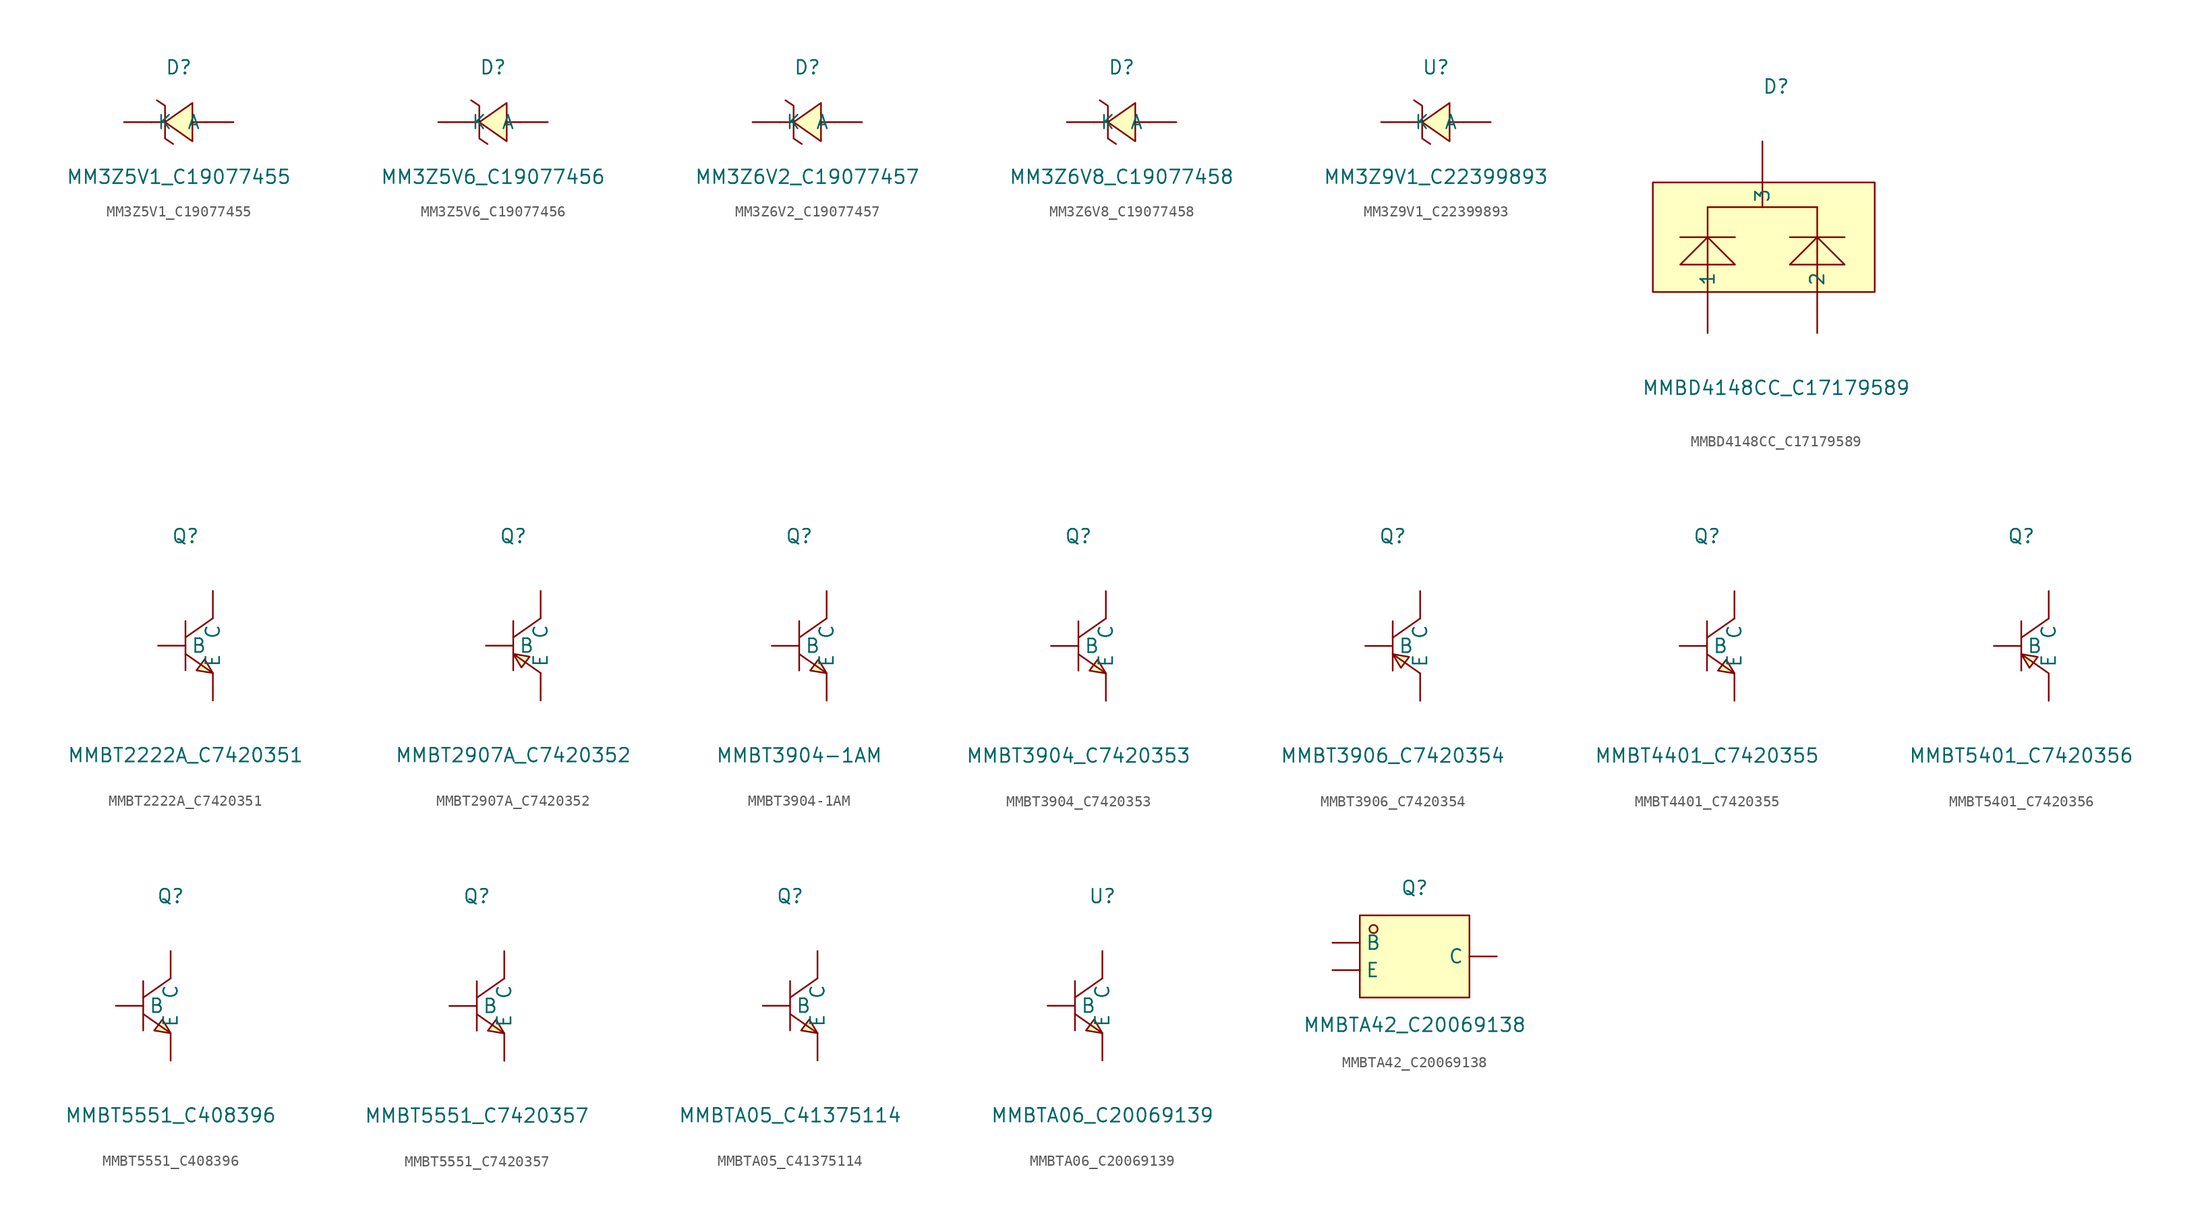
<source format=kicad_sym>
(kicad_symbol_lib
  (version 20241209)
  (generator "kicad_symbol_editor")
  (generator_version "9.0")
  (symbol "MM3Z5V1_C19077455"
    (pin_numbers
      (hide yes))
    (property "Reference" "D"
      (at 0 5.08 0)
      (effects (font (size 1.27 1.27))))
    (property "Value" "MM3Z5V1_C19077455"
      (at 0 -5.08 0)
      (effects (font (size 1.27 1.27))))
    (symbol "MM3Z5V1_C19077455_0_1"
      (polyline (pts (xy -2.03 2.03) (xy -1.27 1.52) (xy -1.27 -1.52) (xy -0.51 -2.03)) (stroke (width 0) (type default)) (fill (type none)))
      (polyline (pts (xy -1.27 0) (xy -2.54 0)) (stroke (width 0) (type default)) (fill (type none)))
      (polyline (pts (xy 1.27 1.78) (xy -1.27 0) (xy 1.27 -1.78) (xy 1.27 1.78)) (stroke (width 0) (type default)) (fill (type background)))
      (polyline (pts (xy 2.54 0) (xy 1.27 0)) (stroke (width 0) (type default)) (fill (type none)))
      (pin unspecified line (at -5.08 0 0) (length 2.54) (name "K" (effects (font (size 1.27 1.27)))) (number "1" (effects (font (size 1.27 1.27)))))
      (pin unspecified line (at 5.08 0 180) (length 2.54) (name "A" (effects (font (size 1.27 1.27)))) (number "2" (effects (font (size 1.27 1.27)))))))
  (symbol "MM3Z5V6_C19077456"
    (pin_numbers
      (hide yes))
    (property "Reference" "D"
      (at 0 5.08 0)
      (effects (font (size 1.27 1.27))))
    (property "Value" "MM3Z5V6_C19077456"
      (at 0 -5.08 0)
      (effects (font (size 1.27 1.27))))
    (symbol "MM3Z5V6_C19077456_0_1"
      (polyline (pts (xy -2.03 2.03) (xy -1.27 1.52) (xy -1.27 -1.52) (xy -0.51 -2.03)) (stroke (width 0) (type default)) (fill (type none)))
      (polyline (pts (xy -1.27 0) (xy -2.54 0)) (stroke (width 0) (type default)) (fill (type none)))
      (polyline (pts (xy 1.27 1.78) (xy -1.27 0) (xy 1.27 -1.78) (xy 1.27 1.78)) (stroke (width 0) (type default)) (fill (type background)))
      (polyline (pts (xy 2.54 0) (xy 1.27 0)) (stroke (width 0) (type default)) (fill (type none)))
      (pin unspecified line (at -5.08 0 0) (length 2.54) (name "K" (effects (font (size 1.27 1.27)))) (number "1" (effects (font (size 1.27 1.27)))))
      (pin unspecified line (at 5.08 0 180) (length 2.54) (name "A" (effects (font (size 1.27 1.27)))) (number "2" (effects (font (size 1.27 1.27)))))))
  (symbol "MM3Z6V2_C19077457"
    (pin_numbers
      (hide yes))
    (property "Reference" "D"
      (at 0 5.08 0)
      (effects (font (size 1.27 1.27))))
    (property "Value" "MM3Z6V2_C19077457"
      (at 0 -5.08 0)
      (effects (font (size 1.27 1.27))))
    (symbol "MM3Z6V2_C19077457_0_1"
      (polyline (pts (xy -2.03 2.03) (xy -1.27 1.52) (xy -1.27 -1.52) (xy -0.51 -2.03)) (stroke (width 0) (type default)) (fill (type none)))
      (polyline (pts (xy -1.27 0) (xy -2.54 0)) (stroke (width 0) (type default)) (fill (type none)))
      (polyline (pts (xy 1.27 1.78) (xy -1.27 0) (xy 1.27 -1.78) (xy 1.27 1.78)) (stroke (width 0) (type default)) (fill (type background)))
      (polyline (pts (xy 2.54 0) (xy 1.27 0)) (stroke (width 0) (type default)) (fill (type none)))
      (pin unspecified line (at -5.08 0 0) (length 2.54) (name "K" (effects (font (size 1.27 1.27)))) (number "1" (effects (font (size 1.27 1.27)))))
      (pin unspecified line (at 5.08 0 180) (length 2.54) (name "A" (effects (font (size 1.27 1.27)))) (number "2" (effects (font (size 1.27 1.27)))))))
  (symbol "MM3Z6V8_C19077458"
    (pin_numbers
      (hide yes))
    (property "Reference" "D"
      (at 0 5.08 0)
      (effects (font (size 1.27 1.27))))
    (property "Value" "MM3Z6V8_C19077458"
      (at 0 -5.08 0)
      (effects (font (size 1.27 1.27))))
    (symbol "MM3Z6V8_C19077458_0_1"
      (polyline (pts (xy -2.03 2.03) (xy -1.27 1.52) (xy -1.27 -1.52) (xy -0.51 -2.03)) (stroke (width 0) (type default)) (fill (type none)))
      (polyline (pts (xy -1.27 0) (xy -2.54 0)) (stroke (width 0) (type default)) (fill (type none)))
      (polyline (pts (xy 1.27 1.78) (xy -1.27 0) (xy 1.27 -1.78) (xy 1.27 1.78)) (stroke (width 0) (type default)) (fill (type background)))
      (polyline (pts (xy 2.54 0) (xy 1.27 0)) (stroke (width 0) (type default)) (fill (type none)))
      (pin unspecified line (at -5.08 0 0) (length 2.54) (name "K" (effects (font (size 1.27 1.27)))) (number "1" (effects (font (size 1.27 1.27)))))
      (pin unspecified line (at 5.08 0 180) (length 2.54) (name "A" (effects (font (size 1.27 1.27)))) (number "2" (effects (font (size 1.27 1.27)))))))
  (symbol "MM3Z9V1_C22399893"
    (pin_numbers
      (hide yes))
    (property "Reference" "U"
      (at 0 5.08 0)
      (effects (font (size 1.27 1.27))))
    (property "Value" "MM3Z9V1_C22399893"
      (at 0 -5.08 0)
      (effects (font (size 1.27 1.27))))
    (symbol "MM3Z9V1_C22399893_0_1"
      (polyline (pts (xy -2.03 2.03) (xy -1.27 1.52) (xy -1.27 -1.52) (xy -0.51 -2.03)) (stroke (width 0) (type default)) (fill (type none)))
      (polyline (pts (xy -1.27 0) (xy -2.54 0)) (stroke (width 0) (type default)) (fill (type none)))
      (polyline (pts (xy 1.27 1.78) (xy -1.27 0) (xy 1.27 -1.78) (xy 1.27 1.78)) (stroke (width 0) (type default)) (fill (type background)))
      (polyline (pts (xy 2.54 0) (xy 1.27 0)) (stroke (width 0) (type default)) (fill (type none)))
      (pin unspecified line (at -5.08 0 0) (length 2.54) (name "K" (effects (font (size 1.27 1.27)))) (number "1" (effects (font (size 1.27 1.27)))))
      (pin unspecified line (at 5.08 0 180) (length 2.54) (name "A" (effects (font (size 1.27 1.27)))) (number "2" (effects (font (size 1.27 1.27)))))))
  (symbol "MMBD4148CC_C17179589"
    (pin_numbers
      (hide yes))
    (property "Reference" "D"
      (at 0 15.24 0)
      (effects (font (size 1.27 1.27))))
    (property "Value" "MMBD4148CC_C17179589"
      (at 0 -12.7 0)
      (effects (font (size 1.27 1.27))))
    (symbol "MMBD4148CC_C17179589_0_1"
      (rectangle (start -11.43 6.35) (end 9.14 -3.81) (stroke (width 0) (type default)) (fill (type background)))
      (polyline (pts (xy -8.89 1.27) (xy -3.81 1.27)) (stroke (width 0) (type default)) (fill (type none)))
      (polyline (pts (xy -6.35 4.06) (xy -6.35 -3.81)) (stroke (width 0) (type default)) (fill (type none)))
      (polyline (pts (xy -6.35 4.06) (xy 3.81 4.06)) (stroke (width 0) (type default)) (fill (type none)))
      (polyline (pts (xy -3.81 -1.27) (xy -6.35 1.27) (xy -8.89 -1.27) (xy -3.81 -1.27)) (stroke (width 0) (type default)) (fill (type background)))
      (polyline (pts (xy -1.27 6.35) (xy -1.27 4.06)) (stroke (width 0) (type default)) (fill (type none)))
      (polyline (pts (xy 1.27 1.27) (xy 6.35 1.27)) (stroke (width 0) (type default)) (fill (type none)))
      (polyline (pts (xy 3.81 4.06) (xy 3.81 -3.81)) (stroke (width 0) (type default)) (fill (type none)))
      (polyline (pts (xy 6.35 -1.27) (xy 3.81 1.27) (xy 1.27 -1.27) (xy 6.35 -1.27)) (stroke (width 0) (type default)) (fill (type background)))
      (pin input line (at -6.35 -7.62 90) (length 3.81) (name "1" (effects (font (size 1.27 1.27)))) (number "1" (effects (font (size 1.27 1.27)))))
      (pin input line (at -1.27 10.16 270) (length 3.81) (name "3" (effects (font (size 1.27 1.27)))) (number "3" (effects (font (size 1.27 1.27)))))
      (pin input line (at 3.81 -7.62 90) (length 3.81) (name "2" (effects (font (size 1.27 1.27)))) (number "2" (effects (font (size 1.27 1.27)))))))
  (symbol "MMBT2222A_C7420351"
    (pin_numbers
      (hide yes))
    (property "Reference" "Q"
      (at 0 10.16 0)
      (effects (font (size 1.27 1.27))))
    (property "Value" "MMBT2222A_C7420351"
      (at 0 -10.16 0)
      (effects (font (size 1.27 1.27))))
    (symbol "MMBT2222A_C7420351_0_1"
      (polyline (pts (xy 0 2.29) (xy 0 -2.29)) (stroke (width 0) (type default)) (fill (type none)))
      (polyline (pts (xy 0 -0.76) (xy 2.54 -2.54)) (stroke (width 0) (type default)) (fill (type none)))
      (polyline (pts (xy 2.54 2.54) (xy 0 0.76)) (stroke (width 0) (type default)) (fill (type none)))
      (polyline (pts (xy 2.54 -2.54) (xy 1.78 -1.27) (xy 1.02 -2.29) (xy 2.54 -2.54)) (stroke (width 0) (type default)) (fill (type background)))
      (pin unspecified line (at -2.54 0 0) (length 2.54) (name "B" (effects (font (size 1.27 1.27)))) (number "1" (effects (font (size 1.27 1.27)))))
      (pin unspecified line (at 2.54 5.08 270) (length 2.54) (name "C" (effects (font (size 1.27 1.27)))) (number "3" (effects (font (size 1.27 1.27)))))
      (pin unspecified line (at 2.54 -5.08 90) (length 2.54) (name "E" (effects (font (size 1.27 1.27)))) (number "2" (effects (font (size 1.27 1.27)))))))
  (symbol "MMBT2907A_C7420352"
    (pin_numbers
      (hide yes))
    (property "Reference" "Q"
      (at 0 10.16 0)
      (effects (font (size 1.27 1.27))))
    (property "Value" "MMBT2907A_C7420352"
      (at 0 -10.16 0)
      (effects (font (size 1.27 1.27))))
    (symbol "MMBT2907A_C7420352_0_1"
      (polyline (pts (xy 0 2.29) (xy 0 -2.29)) (stroke (width 0) (type default)) (fill (type none)))
      (polyline (pts (xy 0 -0.76) (xy 2.54 -2.54)) (stroke (width 0) (type default)) (fill (type none)))
      (polyline (pts (xy 0 -0.76) (xy 0.76 -2.03) (xy 1.52 -1.02) (xy 0 -0.76)) (stroke (width 0) (type default)) (fill (type background)))
      (polyline (pts (xy 2.54 2.54) (xy 0 0.76)) (stroke (width 0) (type default)) (fill (type none)))
      (pin input line (at -2.54 0 0) (length 2.54) (name "B" (effects (font (size 1.27 1.27)))) (number "1" (effects (font (size 1.27 1.27)))))
      (pin input line (at 2.54 5.08 270) (length 2.54) (name "C" (effects (font (size 1.27 1.27)))) (number "3" (effects (font (size 1.27 1.27)))))
      (pin input line (at 2.54 -5.08 90) (length 2.54) (name "E" (effects (font (size 1.27 1.27)))) (number "2" (effects (font (size 1.27 1.27)))))))
  (symbol "MMBT3904-1AM"
    (pin_numbers
      (hide yes))
    (property "Reference" "Q"
      (at 0 10.16 0)
      (effects (font (size 1.27 1.27))))
    (property "Value" "MMBT3904-1AM"
      (at 0 -10.16 0)
      (effects (font (size 1.27 1.27))))
    (symbol "MMBT3904-1AM_0_1"
      (polyline (pts (xy 0 2.29) (xy 0 -2.29)) (stroke (width 0) (type default)) (fill (type none)))
      (polyline (pts (xy 0 -0.76) (xy 2.54 -2.54)) (stroke (width 0) (type default)) (fill (type none)))
      (polyline (pts (xy 2.54 2.54) (xy 0 0.76)) (stroke (width 0) (type default)) (fill (type none)))
      (polyline (pts (xy 2.54 -2.54) (xy 1.02 -2.29) (xy 1.78 -1.27) (xy 2.54 -2.54)) (stroke (width 0) (type default)) (fill (type background)))
      (pin unspecified line (at -2.54 0 0) (length 2.54) (name "B" (effects (font (size 1.27 1.27)))) (number "1" (effects (font (size 1.27 1.27)))))
      (pin unspecified line (at 2.54 5.08 270) (length 2.54) (name "C" (effects (font (size 1.27 1.27)))) (number "3" (effects (font (size 1.27 1.27)))))
      (pin unspecified line (at 2.54 -5.08 90) (length 2.54) (name "E" (effects (font (size 1.27 1.27)))) (number "2" (effects (font (size 1.27 1.27)))))))
  (symbol "MMBT3904_C7420353"
    (pin_numbers
      (hide yes))
    (property "Reference" "Q"
      (at 0 10.16 0)
      (effects (font (size 1.27 1.27))))
    (property "Value" "MMBT3904_C7420353"
      (at 0 -10.16 0)
      (effects (font (size 1.27 1.27))))
    (symbol "MMBT3904_C7420353_0_1"
      (polyline (pts (xy 0 2.29) (xy 0 -2.29)) (stroke (width 0) (type default)) (fill (type none)))
      (polyline (pts (xy 0 -0.76) (xy 2.54 -2.54)) (stroke (width 0) (type default)) (fill (type none)))
      (polyline (pts (xy 2.54 2.54) (xy 0 0.76)) (stroke (width 0) (type default)) (fill (type none)))
      (polyline (pts (xy 2.54 -2.54) (xy 1.78 -1.27) (xy 1.02 -2.29) (xy 2.54 -2.54)) (stroke (width 0) (type default)) (fill (type background)))
      (pin unspecified line (at -2.54 0 0) (length 2.54) (name "B" (effects (font (size 1.27 1.27)))) (number "1" (effects (font (size 1.27 1.27)))))
      (pin unspecified line (at 2.54 5.08 270) (length 2.54) (name "C" (effects (font (size 1.27 1.27)))) (number "3" (effects (font (size 1.27 1.27)))))
      (pin unspecified line (at 2.54 -5.08 90) (length 2.54) (name "E" (effects (font (size 1.27 1.27)))) (number "2" (effects (font (size 1.27 1.27)))))))
  (symbol "MMBT3906_C7420354"
    (pin_numbers
      (hide yes))
    (property "Reference" "Q"
      (at 0 10.16 0)
      (effects (font (size 1.27 1.27))))
    (property "Value" "MMBT3906_C7420354"
      (at 0 -10.16 0)
      (effects (font (size 1.27 1.27))))
    (symbol "MMBT3906_C7420354_0_1"
      (polyline (pts (xy 0 2.29) (xy 0 -2.29)) (stroke (width 0) (type default)) (fill (type none)))
      (polyline (pts (xy 0 -0.76) (xy 2.54 -2.54)) (stroke (width 0) (type default)) (fill (type none)))
      (polyline (pts (xy 0 -0.76) (xy 0.76 -2.03) (xy 1.52 -1.02) (xy 0 -0.76)) (stroke (width 0) (type default)) (fill (type background)))
      (polyline (pts (xy 2.54 2.54) (xy 0 0.76)) (stroke (width 0) (type default)) (fill (type none)))
      (pin input line (at -2.54 0 0) (length 2.54) (name "B" (effects (font (size 1.27 1.27)))) (number "1" (effects (font (size 1.27 1.27)))))
      (pin input line (at 2.54 5.08 270) (length 2.54) (name "C" (effects (font (size 1.27 1.27)))) (number "3" (effects (font (size 1.27 1.27)))))
      (pin input line (at 2.54 -5.08 90) (length 2.54) (name "E" (effects (font (size 1.27 1.27)))) (number "2" (effects (font (size 1.27 1.27)))))))
  (symbol "MMBT4401_C7420355"
    (pin_numbers
      (hide yes))
    (property "Reference" "Q"
      (at 0 10.16 0)
      (effects (font (size 1.27 1.27))))
    (property "Value" "MMBT4401_C7420355"
      (at 0 -10.16 0)
      (effects (font (size 1.27 1.27))))
    (symbol "MMBT4401_C7420355_0_1"
      (polyline (pts (xy 0 2.29) (xy 0 -2.29)) (stroke (width 0) (type default)) (fill (type none)))
      (polyline (pts (xy 0 -0.76) (xy 2.54 -2.54)) (stroke (width 0) (type default)) (fill (type none)))
      (polyline (pts (xy 2.54 2.54) (xy 0 0.76)) (stroke (width 0) (type default)) (fill (type none)))
      (polyline (pts (xy 2.54 -2.54) (xy 1.78 -1.27) (xy 1.02 -2.29) (xy 2.54 -2.54)) (stroke (width 0) (type default)) (fill (type background)))
      (pin unspecified line (at -2.54 0 0) (length 2.54) (name "B" (effects (font (size 1.27 1.27)))) (number "1" (effects (font (size 1.27 1.27)))))
      (pin unspecified line (at 2.54 5.08 270) (length 2.54) (name "C" (effects (font (size 1.27 1.27)))) (number "3" (effects (font (size 1.27 1.27)))))
      (pin unspecified line (at 2.54 -5.08 90) (length 2.54) (name "E" (effects (font (size 1.27 1.27)))) (number "2" (effects (font (size 1.27 1.27)))))))
  (symbol "MMBT5401_C7420356"
    (pin_numbers
      (hide yes))
    (property "Reference" "Q"
      (at 0 10.16 0)
      (effects (font (size 1.27 1.27))))
    (property "Value" "MMBT5401_C7420356"
      (at 0 -10.16 0)
      (effects (font (size 1.27 1.27))))
    (symbol "MMBT5401_C7420356_0_1"
      (polyline (pts (xy 0 2.29) (xy 0 -2.29)) (stroke (width 0) (type default)) (fill (type none)))
      (polyline (pts (xy 0 -0.76) (xy 2.54 -2.54)) (stroke (width 0) (type default)) (fill (type none)))
      (polyline (pts (xy 0 -0.76) (xy 0.76 -2.03) (xy 1.52 -1.02) (xy 0 -0.76)) (stroke (width 0) (type default)) (fill (type background)))
      (polyline (pts (xy 2.54 2.54) (xy 0 0.76)) (stroke (width 0) (type default)) (fill (type none)))
      (pin input line (at -2.54 0 0) (length 2.54) (name "B" (effects (font (size 1.27 1.27)))) (number "1" (effects (font (size 1.27 1.27)))))
      (pin input line (at 2.54 5.08 270) (length 2.54) (name "C" (effects (font (size 1.27 1.27)))) (number "3" (effects (font (size 1.27 1.27)))))
      (pin input line (at 2.54 -5.08 90) (length 2.54) (name "E" (effects (font (size 1.27 1.27)))) (number "2" (effects (font (size 1.27 1.27)))))))
  (symbol "MMBT5551_C408396"
    (pin_numbers
      (hide yes))
    (property "Reference" "Q"
      (at 0 10.16 0)
      (effects (font (size 1.27 1.27))))
    (property "Value" "MMBT5551_C408396"
      (at 0 -10.16 0)
      (effects (font (size 1.27 1.27))))
    (symbol "MMBT5551_C408396_0_1"
      (polyline (pts (xy -2.54 2.29) (xy -2.54 -2.29)) (stroke (width 0) (type default)) (fill (type none)))
      (polyline (pts (xy -2.54 -0.76) (xy 0 -2.54)) (stroke (width 0) (type default)) (fill (type none)))
      (polyline (pts (xy 0 2.54) (xy -2.54 0.76)) (stroke (width 0) (type default)) (fill (type none)))
      (polyline (pts (xy 0 -2.54) (xy -0.76 -1.27) (xy -1.52 -2.29) (xy 0 -2.54)) (stroke (width 0) (type default)) (fill (type background)))
      (pin unspecified line (at -5.08 0 0) (length 2.54) (name "B" (effects (font (size 1.27 1.27)))) (number "1" (effects (font (size 1.27 1.27)))))
      (pin unspecified line (at 0 5.08 270) (length 2.54) (name "C" (effects (font (size 1.27 1.27)))) (number "3" (effects (font (size 1.27 1.27)))))
      (pin unspecified line (at 0 -5.08 90) (length 2.54) (name "E" (effects (font (size 1.27 1.27)))) (number "2" (effects (font (size 1.27 1.27)))))))
  (symbol "MMBT5551_C7420357"
    (pin_numbers
      (hide yes))
    (property "Reference" "Q"
      (at 0 10.16 0)
      (effects (font (size 1.27 1.27))))
    (property "Value" "MMBT5551_C7420357"
      (at 0 -10.16 0)
      (effects (font (size 1.27 1.27))))
    (symbol "MMBT5551_C7420357_0_1"
      (polyline (pts (xy 0 2.29) (xy 0 -2.29)) (stroke (width 0) (type default)) (fill (type none)))
      (polyline (pts (xy 0 -0.76) (xy 2.54 -2.54)) (stroke (width 0) (type default)) (fill (type none)))
      (polyline (pts (xy 2.54 2.54) (xy 0 0.76)) (stroke (width 0) (type default)) (fill (type none)))
      (polyline (pts (xy 2.54 -2.54) (xy 1.78 -1.27) (xy 1.02 -2.29) (xy 2.54 -2.54)) (stroke (width 0) (type default)) (fill (type background)))
      (pin input line (at -2.54 0 0) (length 2.54) (name "B" (effects (font (size 1.27 1.27)))) (number "1" (effects (font (size 1.27 1.27)))))
      (pin input line (at 2.54 5.08 270) (length 2.54) (name "C" (effects (font (size 1.27 1.27)))) (number "3" (effects (font (size 1.27 1.27)))))
      (pin input line (at 2.54 -5.08 90) (length 2.54) (name "E" (effects (font (size 1.27 1.27)))) (number "2" (effects (font (size 1.27 1.27)))))))
  (symbol "MMBTA05_C41375114"
    (pin_numbers
      (hide yes))
    (property "Reference" "Q"
      (at 0 10.16 0)
      (effects (font (size 1.27 1.27))))
    (property "Value" "MMBTA05_C41375114"
      (at 0 -10.16 0)
      (effects (font (size 1.27 1.27))))
    (symbol "MMBTA05_C41375114_0_1"
      (polyline (pts (xy 0 2.29) (xy 0 -2.29)) (stroke (width 0) (type default)) (fill (type none)))
      (polyline (pts (xy 0 -0.76) (xy 2.54 -2.54)) (stroke (width 0) (type default)) (fill (type none)))
      (polyline (pts (xy 2.54 2.54) (xy 0 0.76)) (stroke (width 0) (type default)) (fill (type none)))
      (polyline (pts (xy 2.54 -2.54) (xy 1.78 -1.27) (xy 1.02 -2.29) (xy 2.54 -2.54)) (stroke (width 0) (type default)) (fill (type background)))
      (pin input line (at -2.54 0 0) (length 2.54) (name "B" (effects (font (size 1.27 1.27)))) (number "1" (effects (font (size 1.27 1.27)))))
      (pin input line (at 2.54 5.08 270) (length 2.54) (name "C" (effects (font (size 1.27 1.27)))) (number "3" (effects (font (size 1.27 1.27)))))
      (pin input line (at 2.54 -5.08 90) (length 2.54) (name "E" (effects (font (size 1.27 1.27)))) (number "2" (effects (font (size 1.27 1.27)))))))
  (symbol "MMBTA06_C20069139"
    (pin_numbers
      (hide yes))
    (property "Reference" "U"
      (at 0 10.16 0)
      (effects (font (size 1.27 1.27))))
    (property "Value" "MMBTA06_C20069139"
      (at 0 -10.16 0)
      (effects (font (size 1.27 1.27))))
    (symbol "MMBTA06_C20069139_0_1"
      (polyline (pts (xy -2.54 2.29) (xy -2.54 -2.29)) (stroke (width 0) (type default)) (fill (type none)))
      (polyline (pts (xy -2.54 -0.76) (xy 0 -2.54)) (stroke (width 0) (type default)) (fill (type none)))
      (polyline (pts (xy 0 2.54) (xy -2.54 0.76)) (stroke (width 0) (type default)) (fill (type none)))
      (polyline (pts (xy 0 -2.54) (xy -0.76 -1.27) (xy -1.52 -2.29) (xy 0 -2.54)) (stroke (width 0) (type default)) (fill (type background)))
      (pin input line (at -5.08 0 0) (length 2.54) (name "B" (effects (font (size 1.27 1.27)))) (number "1" (effects (font (size 1.27 1.27)))))
      (pin input line (at 0 5.08 270) (length 2.54) (name "C" (effects (font (size 1.27 1.27)))) (number "3" (effects (font (size 1.27 1.27)))))
      (pin input line (at 0 -5.08 90) (length 2.54) (name "E" (effects (font (size 1.27 1.27)))) (number "2" (effects (font (size 1.27 1.27)))))))
  (symbol "MMBTA42_C20069138"
    (pin_numbers
      (hide yes))
    (property "Reference" "Q"
      (at 0 6.35 0)
      (effects (font (size 1.27 1.27))))
    (property "Value" "MMBTA42_C20069138"
      (at 0 -6.35 0)
      (effects (font (size 1.27 1.27))))
    (symbol "MMBTA42_C20069138_0_1"
      (rectangle (start -5.08 3.81) (end 5.08 -3.81) (stroke (width 0) (type default)) (fill (type background)))
      (circle (center -3.81 2.54) (radius 0.38) (stroke (width 0) (type default)) (fill (type none)))
      (pin unspecified line (at -7.62 1.27 0) (length 2.54) (name "B" (effects (font (size 1.27 1.27)))) (number "1" (effects (font (size 1.27 1.27)))))
      (pin unspecified line (at -7.62 -1.27 0) (length 2.54) (name "E" (effects (font (size 1.27 1.27)))) (number "2" (effects (font (size 1.27 1.27)))))
      (pin unspecified line (at 7.62 0 180) (length 2.54) (name "C" (effects (font (size 1.27 1.27)))) (number "3" (effects (font (size 1.27 1.27))))))))
</source>
